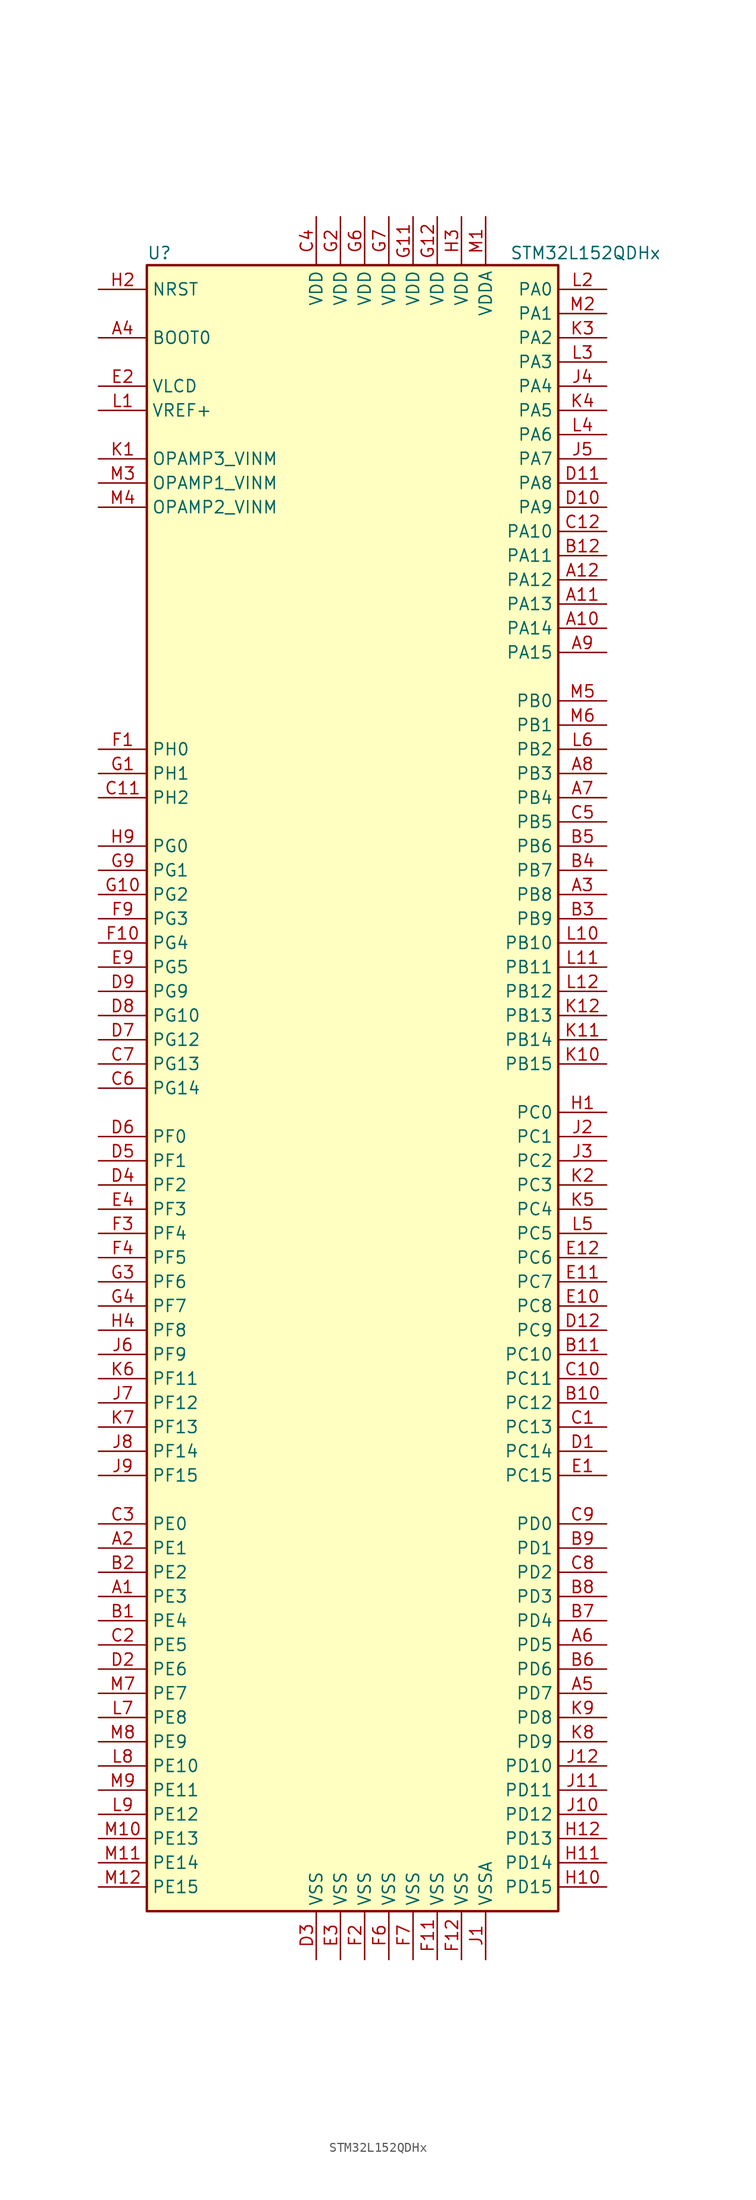
<source format=kicad_sym>
(kicad_symbol_lib
  (version 20201005)
  (generator kicad_symbol_editor)
  (symbol "MCU_ST_STM32L1:STM32L152QDHx"
    (property "Reference" "U"
      (at -22.86 87.63 0)
      (effects (font (size 1.27 1.27)) (justify left)))
    (property "Value" "STM32L152QDHx"
      (at 15.24 87.63 0)
      (effects (font (size 1.27 1.27)) (justify left)))
    (symbol "STM32L152QDHx_0_1"
      (rectangle (start -22.86 -86.36) (end 20.32 86.36) (stroke (width 0.254)) (fill (type background))))
    (symbol "STM32L152QDHx_1_1"
      (pin input line (at -27.94 78.74 0) (length 5.08) (name "BOOT0" (effects (font (size 1.27 1.27)))) (number "A4" (effects (font (size 1.27 1.27)))))
      (pin input line (at -27.94 83.82 0) (length 5.08) (name "NRST" (effects (font (size 1.27 1.27)))) (number "H2" (effects (font (size 1.27 1.27)))))
      (pin bidirectional line (at -27.94 63.5 0) (length 5.08) (name "OPAMP1_VINM" (effects (font (size 1.27 1.27)))) (number "M3" (effects (font (size 1.27 1.27)))))
      (pin bidirectional line (at -27.94 60.96 0) (length 5.08) (name "OPAMP2_VINM" (effects (font (size 1.27 1.27)))) (number "M4" (effects (font (size 1.27 1.27)))))
      (pin bidirectional line (at -27.94 66.04 0) (length 5.08) (name "OPAMP3_VINM" (effects (font (size 1.27 1.27)))) (number "K1" (effects (font (size 1.27 1.27)))))
      (pin bidirectional line (at 25.4 83.82 180) (length 5.08) (name "PA0" (effects (font (size 1.27 1.27)))) (number "L2" (effects (font (size 1.27 1.27)))))
      (pin bidirectional line (at 25.4 81.28 180) (length 5.08) (name "PA1" (effects (font (size 1.27 1.27)))) (number "M2" (effects (font (size 1.27 1.27)))))
      (pin bidirectional line (at 25.4 58.42 180) (length 5.08) (name "PA10" (effects (font (size 1.27 1.27)))) (number "C12" (effects (font (size 1.27 1.27)))))
      (pin bidirectional line (at 25.4 55.88 180) (length 5.08) (name "PA11" (effects (font (size 1.27 1.27)))) (number "B12" (effects (font (size 1.27 1.27)))))
      (pin bidirectional line (at 25.4 53.34 180) (length 5.08) (name "PA12" (effects (font (size 1.27 1.27)))) (number "A12" (effects (font (size 1.27 1.27)))))
      (pin bidirectional line (at 25.4 50.8 180) (length 5.08) (name "PA13" (effects (font (size 1.27 1.27)))) (number "A11" (effects (font (size 1.27 1.27)))))
      (pin bidirectional line (at 25.4 48.26 180) (length 5.08) (name "PA14" (effects (font (size 1.27 1.27)))) (number "A10" (effects (font (size 1.27 1.27)))))
      (pin bidirectional line (at 25.4 45.72 180) (length 5.08) (name "PA15" (effects (font (size 1.27 1.27)))) (number "A9" (effects (font (size 1.27 1.27)))))
      (pin bidirectional line (at 25.4 78.74 180) (length 5.08) (name "PA2" (effects (font (size 1.27 1.27)))) (number "K3" (effects (font (size 1.27 1.27)))))
      (pin bidirectional line (at 25.4 76.2 180) (length 5.08) (name "PA3" (effects (font (size 1.27 1.27)))) (number "L3" (effects (font (size 1.27 1.27)))))
      (pin bidirectional line (at 25.4 73.66 180) (length 5.08) (name "PA4" (effects (font (size 1.27 1.27)))) (number "J4" (effects (font (size 1.27 1.27)))))
      (pin bidirectional line (at 25.4 71.12 180) (length 5.08) (name "PA5" (effects (font (size 1.27 1.27)))) (number "K4" (effects (font (size 1.27 1.27)))))
      (pin bidirectional line (at 25.4 68.58 180) (length 5.08) (name "PA6" (effects (font (size 1.27 1.27)))) (number "L4" (effects (font (size 1.27 1.27)))))
      (pin bidirectional line (at 25.4 66.04 180) (length 5.08) (name "PA7" (effects (font (size 1.27 1.27)))) (number "J5" (effects (font (size 1.27 1.27)))))
      (pin bidirectional line (at 25.4 63.5 180) (length 5.08) (name "PA8" (effects (font (size 1.27 1.27)))) (number "D11" (effects (font (size 1.27 1.27)))))
      (pin bidirectional line (at 25.4 60.96 180) (length 5.08) (name "PA9" (effects (font (size 1.27 1.27)))) (number "D10" (effects (font (size 1.27 1.27)))))
      (pin bidirectional line (at 25.4 40.64 180) (length 5.08) (name "PB0" (effects (font (size 1.27 1.27)))) (number "M5" (effects (font (size 1.27 1.27)))))
      (pin bidirectional line (at 25.4 38.1 180) (length 5.08) (name "PB1" (effects (font (size 1.27 1.27)))) (number "M6" (effects (font (size 1.27 1.27)))))
      (pin bidirectional line (at 25.4 15.24 180) (length 5.08) (name "PB10" (effects (font (size 1.27 1.27)))) (number "L10" (effects (font (size 1.27 1.27)))))
      (pin bidirectional line (at 25.4 12.7 180) (length 5.08) (name "PB11" (effects (font (size 1.27 1.27)))) (number "L11" (effects (font (size 1.27 1.27)))))
      (pin bidirectional line (at 25.4 10.16 180) (length 5.08) (name "PB12" (effects (font (size 1.27 1.27)))) (number "L12" (effects (font (size 1.27 1.27)))))
      (pin bidirectional line (at 25.4 7.62 180) (length 5.08) (name "PB13" (effects (font (size 1.27 1.27)))) (number "K12" (effects (font (size 1.27 1.27)))))
      (pin bidirectional line (at 25.4 5.08 180) (length 5.08) (name "PB14" (effects (font (size 1.27 1.27)))) (number "K11" (effects (font (size 1.27 1.27)))))
      (pin bidirectional line (at 25.4 2.54 180) (length 5.08) (name "PB15" (effects (font (size 1.27 1.27)))) (number "K10" (effects (font (size 1.27 1.27)))))
      (pin bidirectional line (at 25.4 35.56 180) (length 5.08) (name "PB2" (effects (font (size 1.27 1.27)))) (number "L6" (effects (font (size 1.27 1.27)))))
      (pin bidirectional line (at 25.4 33.02 180) (length 5.08) (name "PB3" (effects (font (size 1.27 1.27)))) (number "A8" (effects (font (size 1.27 1.27)))))
      (pin bidirectional line (at 25.4 30.48 180) (length 5.08) (name "PB4" (effects (font (size 1.27 1.27)))) (number "A7" (effects (font (size 1.27 1.27)))))
      (pin bidirectional line (at 25.4 27.94 180) (length 5.08) (name "PB5" (effects (font (size 1.27 1.27)))) (number "C5" (effects (font (size 1.27 1.27)))))
      (pin bidirectional line (at 25.4 25.4 180) (length 5.08) (name "PB6" (effects (font (size 1.27 1.27)))) (number "B5" (effects (font (size 1.27 1.27)))))
      (pin bidirectional line (at 25.4 22.86 180) (length 5.08) (name "PB7" (effects (font (size 1.27 1.27)))) (number "B4" (effects (font (size 1.27 1.27)))))
      (pin bidirectional line (at 25.4 20.32 180) (length 5.08) (name "PB8" (effects (font (size 1.27 1.27)))) (number "A3" (effects (font (size 1.27 1.27)))))
      (pin bidirectional line (at 25.4 17.78 180) (length 5.08) (name "PB9" (effects (font (size 1.27 1.27)))) (number "B3" (effects (font (size 1.27 1.27)))))
      (pin bidirectional line (at 25.4 -2.54 180) (length 5.08) (name "PC0" (effects (font (size 1.27 1.27)))) (number "H1" (effects (font (size 1.27 1.27)))))
      (pin bidirectional line (at 25.4 -5.08 180) (length 5.08) (name "PC1" (effects (font (size 1.27 1.27)))) (number "J2" (effects (font (size 1.27 1.27)))))
      (pin bidirectional line (at 25.4 -27.94 180) (length 5.08) (name "PC10" (effects (font (size 1.27 1.27)))) (number "B11" (effects (font (size 1.27 1.27)))))
      (pin bidirectional line (at 25.4 -30.48 180) (length 5.08) (name "PC11" (effects (font (size 1.27 1.27)))) (number "C10" (effects (font (size 1.27 1.27)))))
      (pin bidirectional line (at 25.4 -33.02 180) (length 5.08) (name "PC12" (effects (font (size 1.27 1.27)))) (number "B10" (effects (font (size 1.27 1.27)))))
      (pin bidirectional line (at 25.4 -35.56 180) (length 5.08) (name "PC13" (effects (font (size 1.27 1.27)))) (number "C1" (effects (font (size 1.27 1.27)))))
      (pin bidirectional line (at 25.4 -38.1 180) (length 5.08) (name "PC14" (effects (font (size 1.27 1.27)))) (number "D1" (effects (font (size 1.27 1.27)))))
      (pin bidirectional line (at 25.4 -40.64 180) (length 5.08) (name "PC15" (effects (font (size 1.27 1.27)))) (number "E1" (effects (font (size 1.27 1.27)))))
      (pin bidirectional line (at 25.4 -7.62 180) (length 5.08) (name "PC2" (effects (font (size 1.27 1.27)))) (number "J3" (effects (font (size 1.27 1.27)))))
      (pin bidirectional line (at 25.4 -10.16 180) (length 5.08) (name "PC3" (effects (font (size 1.27 1.27)))) (number "K2" (effects (font (size 1.27 1.27)))))
      (pin bidirectional line (at 25.4 -12.7 180) (length 5.08) (name "PC4" (effects (font (size 1.27 1.27)))) (number "K5" (effects (font (size 1.27 1.27)))))
      (pin bidirectional line (at 25.4 -15.24 180) (length 5.08) (name "PC5" (effects (font (size 1.27 1.27)))) (number "L5" (effects (font (size 1.27 1.27)))))
      (pin bidirectional line (at 25.4 -17.78 180) (length 5.08) (name "PC6" (effects (font (size 1.27 1.27)))) (number "E12" (effects (font (size 1.27 1.27)))))
      (pin bidirectional line (at 25.4 -20.32 180) (length 5.08) (name "PC7" (effects (font (size 1.27 1.27)))) (number "E11" (effects (font (size 1.27 1.27)))))
      (pin bidirectional line (at 25.4 -22.86 180) (length 5.08) (name "PC8" (effects (font (size 1.27 1.27)))) (number "E10" (effects (font (size 1.27 1.27)))))
      (pin bidirectional line (at 25.4 -25.4 180) (length 5.08) (name "PC9" (effects (font (size 1.27 1.27)))) (number "D12" (effects (font (size 1.27 1.27)))))
      (pin bidirectional line (at 25.4 -45.72 180) (length 5.08) (name "PD0" (effects (font (size 1.27 1.27)))) (number "C9" (effects (font (size 1.27 1.27)))))
      (pin bidirectional line (at 25.4 -48.26 180) (length 5.08) (name "PD1" (effects (font (size 1.27 1.27)))) (number "B9" (effects (font (size 1.27 1.27)))))
      (pin bidirectional line (at 25.4 -71.12 180) (length 5.08) (name "PD10" (effects (font (size 1.27 1.27)))) (number "J12" (effects (font (size 1.27 1.27)))))
      (pin bidirectional line (at 25.4 -73.66 180) (length 5.08) (name "PD11" (effects (font (size 1.27 1.27)))) (number "J11" (effects (font (size 1.27 1.27)))))
      (pin bidirectional line (at 25.4 -76.2 180) (length 5.08) (name "PD12" (effects (font (size 1.27 1.27)))) (number "J10" (effects (font (size 1.27 1.27)))))
      (pin bidirectional line (at 25.4 -78.74 180) (length 5.08) (name "PD13" (effects (font (size 1.27 1.27)))) (number "H12" (effects (font (size 1.27 1.27)))))
      (pin bidirectional line (at 25.4 -81.28 180) (length 5.08) (name "PD14" (effects (font (size 1.27 1.27)))) (number "H11" (effects (font (size 1.27 1.27)))))
      (pin bidirectional line (at 25.4 -83.82 180) (length 5.08) (name "PD15" (effects (font (size 1.27 1.27)))) (number "H10" (effects (font (size 1.27 1.27)))))
      (pin bidirectional line (at 25.4 -50.8 180) (length 5.08) (name "PD2" (effects (font (size 1.27 1.27)))) (number "C8" (effects (font (size 1.27 1.27)))))
      (pin bidirectional line (at 25.4 -53.34 180) (length 5.08) (name "PD3" (effects (font (size 1.27 1.27)))) (number "B8" (effects (font (size 1.27 1.27)))))
      (pin bidirectional line (at 25.4 -55.88 180) (length 5.08) (name "PD4" (effects (font (size 1.27 1.27)))) (number "B7" (effects (font (size 1.27 1.27)))))
      (pin bidirectional line (at 25.4 -58.42 180) (length 5.08) (name "PD5" (effects (font (size 1.27 1.27)))) (number "A6" (effects (font (size 1.27 1.27)))))
      (pin bidirectional line (at 25.4 -60.96 180) (length 5.08) (name "PD6" (effects (font (size 1.27 1.27)))) (number "B6" (effects (font (size 1.27 1.27)))))
      (pin bidirectional line (at 25.4 -63.5 180) (length 5.08) (name "PD7" (effects (font (size 1.27 1.27)))) (number "A5" (effects (font (size 1.27 1.27)))))
      (pin bidirectional line (at 25.4 -66.04 180) (length 5.08) (name "PD8" (effects (font (size 1.27 1.27)))) (number "K9" (effects (font (size 1.27 1.27)))))
      (pin bidirectional line (at 25.4 -68.58 180) (length 5.08) (name "PD9" (effects (font (size 1.27 1.27)))) (number "K8" (effects (font (size 1.27 1.27)))))
      (pin bidirectional line (at -27.94 -45.72 0) (length 5.08) (name "PE0" (effects (font (size 1.27 1.27)))) (number "C3" (effects (font (size 1.27 1.27)))))
      (pin bidirectional line (at -27.94 -48.26 0) (length 5.08) (name "PE1" (effects (font (size 1.27 1.27)))) (number "A2" (effects (font (size 1.27 1.27)))))
      (pin bidirectional line (at -27.94 -71.12 0) (length 5.08) (name "PE10" (effects (font (size 1.27 1.27)))) (number "L8" (effects (font (size 1.27 1.27)))))
      (pin bidirectional line (at -27.94 -73.66 0) (length 5.08) (name "PE11" (effects (font (size 1.27 1.27)))) (number "M9" (effects (font (size 1.27 1.27)))))
      (pin bidirectional line (at -27.94 -76.2 0) (length 5.08) (name "PE12" (effects (font (size 1.27 1.27)))) (number "L9" (effects (font (size 1.27 1.27)))))
      (pin bidirectional line (at -27.94 -78.74 0) (length 5.08) (name "PE13" (effects (font (size 1.27 1.27)))) (number "M10" (effects (font (size 1.27 1.27)))))
      (pin bidirectional line (at -27.94 -81.28 0) (length 5.08) (name "PE14" (effects (font (size 1.27 1.27)))) (number "M11" (effects (font (size 1.27 1.27)))))
      (pin bidirectional line (at -27.94 -83.82 0) (length 5.08) (name "PE15" (effects (font (size 1.27 1.27)))) (number "M12" (effects (font (size 1.27 1.27)))))
      (pin bidirectional line (at -27.94 -50.8 0) (length 5.08) (name "PE2" (effects (font (size 1.27 1.27)))) (number "B2" (effects (font (size 1.27 1.27)))))
      (pin bidirectional line (at -27.94 -53.34 0) (length 5.08) (name "PE3" (effects (font (size 1.27 1.27)))) (number "A1" (effects (font (size 1.27 1.27)))))
      (pin bidirectional line (at -27.94 -55.88 0) (length 5.08) (name "PE4" (effects (font (size 1.27 1.27)))) (number "B1" (effects (font (size 1.27 1.27)))))
      (pin bidirectional line (at -27.94 -58.42 0) (length 5.08) (name "PE5" (effects (font (size 1.27 1.27)))) (number "C2" (effects (font (size 1.27 1.27)))))
      (pin bidirectional line (at -27.94 -60.96 0) (length 5.08) (name "PE6" (effects (font (size 1.27 1.27)))) (number "D2" (effects (font (size 1.27 1.27)))))
      (pin bidirectional line (at -27.94 -63.5 0) (length 5.08) (name "PE7" (effects (font (size 1.27 1.27)))) (number "M7" (effects (font (size 1.27 1.27)))))
      (pin bidirectional line (at -27.94 -66.04 0) (length 5.08) (name "PE8" (effects (font (size 1.27 1.27)))) (number "L7" (effects (font (size 1.27 1.27)))))
      (pin bidirectional line (at -27.94 -68.58 0) (length 5.08) (name "PE9" (effects (font (size 1.27 1.27)))) (number "M8" (effects (font (size 1.27 1.27)))))
      (pin bidirectional line (at -27.94 -5.08 0) (length 5.08) (name "PF0" (effects (font (size 1.27 1.27)))) (number "D6" (effects (font (size 1.27 1.27)))))
      (pin bidirectional line (at -27.94 -7.62 0) (length 5.08) (name "PF1" (effects (font (size 1.27 1.27)))) (number "D5" (effects (font (size 1.27 1.27)))))
      (pin bidirectional line (at -27.94 -30.48 0) (length 5.08) (name "PF11" (effects (font (size 1.27 1.27)))) (number "K6" (effects (font (size 1.27 1.27)))))
      (pin bidirectional line (at -27.94 -33.02 0) (length 5.08) (name "PF12" (effects (font (size 1.27 1.27)))) (number "J7" (effects (font (size 1.27 1.27)))))
      (pin bidirectional line (at -27.94 -35.56 0) (length 5.08) (name "PF13" (effects (font (size 1.27 1.27)))) (number "K7" (effects (font (size 1.27 1.27)))))
      (pin bidirectional line (at -27.94 -38.1 0) (length 5.08) (name "PF14" (effects (font (size 1.27 1.27)))) (number "J8" (effects (font (size 1.27 1.27)))))
      (pin bidirectional line (at -27.94 -40.64 0) (length 5.08) (name "PF15" (effects (font (size 1.27 1.27)))) (number "J9" (effects (font (size 1.27 1.27)))))
      (pin bidirectional line (at -27.94 -10.16 0) (length 5.08) (name "PF2" (effects (font (size 1.27 1.27)))) (number "D4" (effects (font (size 1.27 1.27)))))
      (pin bidirectional line (at -27.94 -12.7 0) (length 5.08) (name "PF3" (effects (font (size 1.27 1.27)))) (number "E4" (effects (font (size 1.27 1.27)))))
      (pin bidirectional line (at -27.94 -15.24 0) (length 5.08) (name "PF4" (effects (font (size 1.27 1.27)))) (number "F3" (effects (font (size 1.27 1.27)))))
      (pin bidirectional line (at -27.94 -17.78 0) (length 5.08) (name "PF5" (effects (font (size 1.27 1.27)))) (number "F4" (effects (font (size 1.27 1.27)))))
      (pin bidirectional line (at -27.94 -20.32 0) (length 5.08) (name "PF6" (effects (font (size 1.27 1.27)))) (number "G3" (effects (font (size 1.27 1.27)))))
      (pin bidirectional line (at -27.94 -22.86 0) (length 5.08) (name "PF7" (effects (font (size 1.27 1.27)))) (number "G4" (effects (font (size 1.27 1.27)))))
      (pin bidirectional line (at -27.94 -25.4 0) (length 5.08) (name "PF8" (effects (font (size 1.27 1.27)))) (number "H4" (effects (font (size 1.27 1.27)))))
      (pin bidirectional line (at -27.94 -27.94 0) (length 5.08) (name "PF9" (effects (font (size 1.27 1.27)))) (number "J6" (effects (font (size 1.27 1.27)))))
      (pin bidirectional line (at -27.94 25.4 0) (length 5.08) (name "PG0" (effects (font (size 1.27 1.27)))) (number "H9" (effects (font (size 1.27 1.27)))))
      (pin bidirectional line (at -27.94 22.86 0) (length 5.08) (name "PG1" (effects (font (size 1.27 1.27)))) (number "G9" (effects (font (size 1.27 1.27)))))
      (pin bidirectional line (at -27.94 7.62 0) (length 5.08) (name "PG10" (effects (font (size 1.27 1.27)))) (number "D8" (effects (font (size 1.27 1.27)))))
      (pin bidirectional line (at -27.94 5.08 0) (length 5.08) (name "PG12" (effects (font (size 1.27 1.27)))) (number "D7" (effects (font (size 1.27 1.27)))))
      (pin bidirectional line (at -27.94 2.54 0) (length 5.08) (name "PG13" (effects (font (size 1.27 1.27)))) (number "C7" (effects (font (size 1.27 1.27)))))
      (pin bidirectional line (at -27.94 0 0) (length 5.08) (name "PG14" (effects (font (size 1.27 1.27)))) (number "C6" (effects (font (size 1.27 1.27)))))
      (pin bidirectional line (at -27.94 20.32 0) (length 5.08) (name "PG2" (effects (font (size 1.27 1.27)))) (number "G10" (effects (font (size 1.27 1.27)))))
      (pin bidirectional line (at -27.94 17.78 0) (length 5.08) (name "PG3" (effects (font (size 1.27 1.27)))) (number "F9" (effects (font (size 1.27 1.27)))))
      (pin bidirectional line (at -27.94 15.24 0) (length 5.08) (name "PG4" (effects (font (size 1.27 1.27)))) (number "F10" (effects (font (size 1.27 1.27)))))
      (pin bidirectional line (at -27.94 12.7 0) (length 5.08) (name "PG5" (effects (font (size 1.27 1.27)))) (number "E9" (effects (font (size 1.27 1.27)))))
      (pin bidirectional line (at -27.94 10.16 0) (length 5.08) (name "PG9" (effects (font (size 1.27 1.27)))) (number "D9" (effects (font (size 1.27 1.27)))))
      (pin input line (at -27.94 35.56 0) (length 5.08) (name "PH0" (effects (font (size 1.27 1.27)))) (number "F1" (effects (font (size 1.27 1.27)))))
      (pin input line (at -27.94 33.02 0) (length 5.08) (name "PH1" (effects (font (size 1.27 1.27)))) (number "G1" (effects (font (size 1.27 1.27)))))
      (pin bidirectional line (at -27.94 30.48 0) (length 5.08) (name "PH2" (effects (font (size 1.27 1.27)))) (number "C11" (effects (font (size 1.27 1.27)))))
      (pin power_in line (at -5.08 91.44 270) (length 5.08) (name "VDD" (effects (font (size 1.27 1.27)))) (number "C4" (effects (font (size 1.27 1.27)))))
      (pin power_in line (at 5.08 91.44 270) (length 5.08) (name "VDD" (effects (font (size 1.27 1.27)))) (number "G11" (effects (font (size 1.27 1.27)))))
      (pin power_in line (at 7.62 91.44 270) (length 5.08) (name "VDD" (effects (font (size 1.27 1.27)))) (number "G12" (effects (font (size 1.27 1.27)))))
      (pin power_in line (at -2.54 91.44 270) (length 5.08) (name "VDD" (effects (font (size 1.27 1.27)))) (number "G2" (effects (font (size 1.27 1.27)))))
      (pin power_in line (at 0 91.44 270) (length 5.08) (name "VDD" (effects (font (size 1.27 1.27)))) (number "G6" (effects (font (size 1.27 1.27)))))
      (pin power_in line (at 2.54 91.44 270) (length 5.08) (name "VDD" (effects (font (size 1.27 1.27)))) (number "G7" (effects (font (size 1.27 1.27)))))
      (pin power_in line (at 10.16 91.44 270) (length 5.08) (name "VDD" (effects (font (size 1.27 1.27)))) (number "H3" (effects (font (size 1.27 1.27)))))
      (pin power_in line (at 12.7 91.44 270) (length 5.08) (name "VDDA" (effects (font (size 1.27 1.27)))) (number "M1" (effects (font (size 1.27 1.27)))))
      (pin power_in line (at -27.94 73.66 0) (length 5.08) (name "VLCD" (effects (font (size 1.27 1.27)))) (number "E2" (effects (font (size 1.27 1.27)))))
      (pin power_in line (at -27.94 71.12 0) (length 5.08) (name "VREF+" (effects (font (size 1.27 1.27)))) (number "L1" (effects (font (size 1.27 1.27)))))
      (pin power_in line (at -5.08 -91.44 90) (length 5.08) (name "VSS" (effects (font (size 1.27 1.27)))) (number "D3" (effects (font (size 1.27 1.27)))))
      (pin power_in line (at -2.54 -91.44 90) (length 5.08) (name "VSS" (effects (font (size 1.27 1.27)))) (number "E3" (effects (font (size 1.27 1.27)))))
      (pin power_in line (at 7.62 -91.44 90) (length 5.08) (name "VSS" (effects (font (size 1.27 1.27)))) (number "F11" (effects (font (size 1.27 1.27)))))
      (pin power_in line (at 10.16 -91.44 90) (length 5.08) (name "VSS" (effects (font (size 1.27 1.27)))) (number "F12" (effects (font (size 1.27 1.27)))))
      (pin power_in line (at 0 -91.44 90) (length 5.08) (name "VSS" (effects (font (size 1.27 1.27)))) (number "F2" (effects (font (size 1.27 1.27)))))
      (pin power_in line (at 2.54 -91.44 90) (length 5.08) (name "VSS" (effects (font (size 1.27 1.27)))) (number "F6" (effects (font (size 1.27 1.27)))))
      (pin power_in line (at 5.08 -91.44 90) (length 5.08) (name "VSS" (effects (font (size 1.27 1.27)))) (number "F7" (effects (font (size 1.27 1.27)))))
      (pin power_in line (at 12.7 -91.44 90) (length 5.08) (name "VSSA" (effects (font (size 1.27 1.27)))) (number "J1" (effects (font (size 1.27 1.27))))))))
</source>
